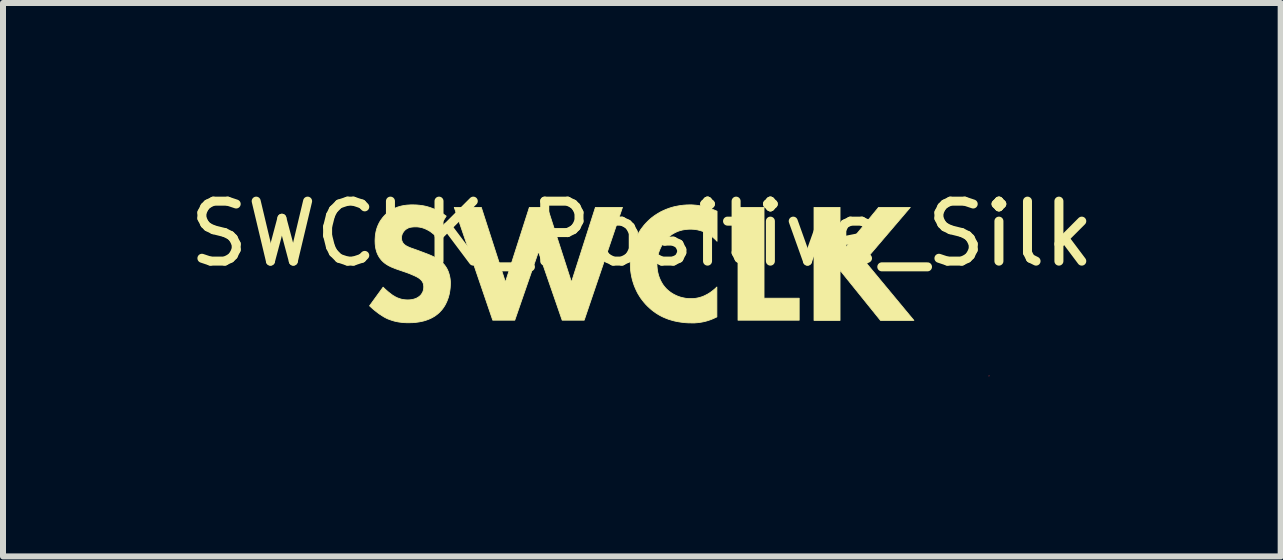
<source format=kicad_pcb>
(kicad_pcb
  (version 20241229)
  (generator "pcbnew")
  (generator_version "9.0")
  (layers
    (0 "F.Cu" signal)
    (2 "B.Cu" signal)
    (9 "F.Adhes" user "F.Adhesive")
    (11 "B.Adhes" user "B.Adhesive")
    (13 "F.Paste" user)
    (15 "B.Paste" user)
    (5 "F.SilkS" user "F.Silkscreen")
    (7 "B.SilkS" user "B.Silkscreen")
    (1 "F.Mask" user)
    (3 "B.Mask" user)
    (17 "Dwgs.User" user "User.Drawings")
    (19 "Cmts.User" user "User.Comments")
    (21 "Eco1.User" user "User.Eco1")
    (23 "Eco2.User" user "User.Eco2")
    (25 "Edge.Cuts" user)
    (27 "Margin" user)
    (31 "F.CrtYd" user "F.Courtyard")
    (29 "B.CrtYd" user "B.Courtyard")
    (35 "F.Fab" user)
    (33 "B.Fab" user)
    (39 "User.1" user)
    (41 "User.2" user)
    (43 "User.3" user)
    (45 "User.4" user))
  (footprint "SWCLK_Positive_Silk"
    (layer "F.Cu")
    (at 7.649 1.348)
    (property "Reference" "SWCLK_Positive_Silk" (at 0 -0.5 0) (unlocked yes) (layer "F.SilkS") (effects (font (size 1 1) (thickness 0.15))))
    (fp_poly (pts (xy 5.786 1.87) (xy 5.786 1.868) (xy 5.789 1.866)) (stroke (width 0.013) (type solid)) (fill yes) (layer "F.Cu"))
    (fp_poly (pts (xy 2.037 0.573) (xy 2.623 0.573) (xy 2.623 0.94) (xy 1.603 0.94) (xy 1.603 -0.941) (xy 2.037 -0.941)) (stroke (width 0.013) (type solid)) (fill yes) (layer "F.SilkS"))
    (fp_poly (pts (xy -2.274 0.305) (xy -1.875 -0.941) (xy -1.575 -0.941) (xy -1.173 0.305) (xy -0.774 -0.941) (xy -0.323 -0.941) (xy -0.961 0.94) (xy -1.328 0.94) (xy -1.723 -0.203) (xy -2.118 0.94) (xy -2.485 0.94) (xy -3.127 -0.941) (xy -2.676 -0.941)) (stroke (width 0.013) (type solid)) (fill yes) (layer "F.SilkS"))
    (fp_poly (pts (xy 3.304 -0.162) (xy 3.946 -0.941) (xy 4.475 -0.941) (xy 3.713 -0.048) (xy 4.535 0.943) (xy 3.978 0.943) (xy 3.304 0.107) (xy 3.304 0.943) (xy 2.87 0.943) (xy 2.87 -0.158) (xy 3.3 -0.158) (xy 3.304 -0.158) (xy 3.304 -0.162) (xy 3.3 -0.158) (xy 2.87 -0.158) (xy 2.87 -0.941) (xy 3.304 -0.941)) (stroke (width 0.013) (type solid)) (fill yes) (layer "F.SilkS"))
    (fp_poly (pts (xy 0.826 -0.983) (xy 0.85 -0.982) (xy 0.874 -0.98) (xy 0.899 -0.978) (xy 0.925 -0.975) (xy 0.951 -0.971) (xy 0.978 -0.966) (xy 1.006 -0.961) (xy 1.034 -0.954) (xy 1.063 -0.946) (xy 1.093 -0.938) (xy 1.123 -0.928) (xy 1.155 -0.917) (xy 1.187 -0.905) (xy 1.22 -0.892) (xy 1.254 -0.877) (xy 1.254 -0.376) (xy 1.236 -0.395) (xy 1.216 -0.414) (xy 1.195 -0.433) (xy 1.173 -0.451) (xy 1.15 -0.468) (xy 1.126 -0.485) (xy 1.1 -0.5) (xy 1.073 -0.515) (xy 1.045 -0.529) (xy 1.016 -0.541) (xy 0.985 -0.551) (xy 0.97 -0.556) (xy 0.953 -0.56) (xy 0.937 -0.564) (xy 0.92 -0.568) (xy 0.903 -0.57) (xy 0.886 -0.573) (xy 0.868 -0.575) (xy 0.85 -0.576) (xy 0.832 -0.577) (xy 0.813 -0.577) (xy 0.784 -0.577) (xy 0.755 -0.575) (xy 0.727 -0.572) (xy 0.7 -0.568) (xy 0.673 -0.563) (xy 0.648 -0.556) (xy 0.623 -0.549) (xy 0.598 -0.54) (xy 0.575 -0.53) (xy 0.552 -0.519) (xy 0.53 -0.507) (xy 0.508 -0.494) (xy 0.487 -0.479) (xy 0.467 -0.464) (xy 0.447 -0.447) (xy 0.429 -0.429) (xy 0.409 -0.409) (xy 0.391 -0.389) (xy 0.373 -0.367) (xy 0.356 -0.343) (xy 0.341 -0.319) (xy 0.326 -0.294) (xy 0.313 -0.268) (xy 0.301 -0.241) (xy 0.29 -0.213) (xy 0.28 -0.185) (xy 0.272 -0.155) (xy 0.265 -0.125) (xy 0.259 -0.093) (xy 0.255 -0.061) (xy 0.253 -0.029) (xy 0.252 0.005) (xy 0.253 0.04) (xy 0.256 0.075) (xy 0.26 0.108) (xy 0.266 0.14) (xy 0.273 0.17) (xy 0.281 0.199) (xy 0.291 0.227) (xy 0.302 0.254) (xy 0.313 0.279) (xy 0.326 0.303) (xy 0.339 0.326) (xy 0.353 0.348) (xy 0.368 0.368) (xy 0.383 0.387) (xy 0.399 0.405) (xy 0.414 0.421) (xy 0.423 0.429) (xy 0.434 0.439) (xy 0.447 0.45) (xy 0.462 0.462) (xy 0.48 0.475) (xy 0.499 0.488) (xy 0.522 0.502) (xy 0.546 0.515) (xy 0.559 0.521) (xy 0.572 0.528) (xy 0.587 0.534) (xy 0.601 0.54) (xy 0.616 0.545) (xy 0.632 0.551) (xy 0.649 0.556) (xy 0.665 0.56) (xy 0.683 0.565) (xy 0.701 0.568) (xy 0.719 0.572) (xy 0.738 0.575) (xy 0.758 0.577) (xy 0.778 0.578) (xy 0.799 0.579) (xy 0.82 0.58) (xy 0.842 0.579) (xy 0.864 0.578) (xy 0.888 0.576) (xy 0.912 0.572) (xy 0.937 0.567) (xy 0.962 0.561) (xy 0.989 0.553) (xy 1.016 0.544) (xy 1.043 0.532) (xy 1.071 0.518) (xy 1.1 0.503) (xy 1.129 0.485) (xy 1.159 0.464) (xy 1.189 0.441) (xy 1.22 0.415) (xy 1.251 0.386) (xy 1.251 0.885) (xy 1.223 0.898) (xy 1.193 0.912) (xy 1.164 0.924) (xy 1.135 0.935) (xy 1.107 0.944) (xy 1.079 0.953) (xy 1.052 0.96) (xy 1.026 0.966) (xy 1 0.971) (xy 0.975 0.975) (xy 0.951 0.979) (xy 0.927 0.981) (xy 0.881 0.985) (xy 0.838 0.985) (xy 0.774 0.984) (xy 0.713 0.98) (xy 0.655 0.973) (xy 0.599 0.964) (xy 0.545 0.953) (xy 0.494 0.939) (xy 0.444 0.924) (xy 0.398 0.906) (xy 0.353 0.887) (xy 0.311 0.866) (xy 0.271 0.843) (xy 0.233 0.819) (xy 0.197 0.793) (xy 0.163 0.767) (xy 0.131 0.739) (xy 0.1 0.71) (xy 0.069 0.679) (xy 0.039 0.645) (xy 0.011 0.61) (xy -0.017 0.573) (xy -0.042 0.534) (xy -0.067 0.493) (xy -0.089 0.45) (xy -0.109 0.406) (xy -0.128 0.36) (xy -0.144 0.312) (xy -0.159 0.263) (xy -0.17 0.213) (xy -0.18 0.161) (xy -0.187 0.108) (xy -0.191 0.053) (xy -0.192 -0.002) (xy -0.191 -0.058) (xy -0.187 -0.112) (xy -0.18 -0.165) (xy -0.17 -0.216) (xy -0.159 -0.266) (xy -0.144 -0.315) (xy -0.128 -0.362) (xy -0.109 -0.407) (xy -0.089 -0.451) (xy -0.067 -0.493) (xy -0.042 -0.534) (xy -0.017 -0.573) (xy 0.011 -0.61) (xy 0.039 -0.646) (xy 0.069 -0.679) (xy 0.1 -0.711) (xy 0.132 -0.741) (xy 0.166 -0.77) (xy 0.202 -0.797) (xy 0.239 -0.822) (xy 0.278 -0.846) (xy 0.318 -0.869) (xy 0.36 -0.889) (xy 0.404 -0.908) (xy 0.449 -0.925) (xy 0.495 -0.94) (xy 0.543 -0.953) (xy 0.593 -0.963) (xy 0.643 -0.972) (xy 0.695 -0.978) (xy 0.748 -0.982) (xy 0.803 -0.983)) (stroke (width 0.013) (type solid)) (fill yes) (layer "F.SilkS"))
    (fp_poly (pts (xy -3.766 -0.982) (xy -3.738 -0.98) (xy -3.707 -0.977) (xy -3.676 -0.973) (xy -3.643 -0.968) (xy -3.609 -0.961) (xy -3.573 -0.952) (xy -3.537 -0.941) (xy -3.5 -0.928) (xy -3.461 -0.913) (xy -3.422 -0.895) (xy -3.383 -0.875) (xy -3.343 -0.852) (xy -3.302 -0.825) (xy -3.261 -0.796) (xy -3.455 -0.479) (xy -3.455 -0.482) (xy -3.482 -0.504) (xy -3.507 -0.524) (xy -3.532 -0.542) (xy -3.557 -0.557) (xy -3.58 -0.569) (xy -3.603 -0.58) (xy -3.625 -0.589) (xy -3.646 -0.597) (xy -3.666 -0.603) (xy -3.685 -0.607) (xy -3.703 -0.611) (xy -3.719 -0.613) (xy -3.735 -0.615) (xy -3.749 -0.616) (xy -3.773 -0.616) (xy -3.796 -0.616) (xy -3.808 -0.615) (xy -3.82 -0.614) (xy -3.832 -0.613) (xy -3.844 -0.611) (xy -3.857 -0.609) (xy -3.869 -0.606) (xy -3.881 -0.602) (xy -3.893 -0.598) (xy -3.904 -0.592) (xy -3.915 -0.586) (xy -3.926 -0.579) (xy -3.937 -0.572) (xy -3.942 -0.567) (xy -3.947 -0.563) (xy -3.952 -0.558) (xy -3.956 -0.553) (xy -3.962 -0.547) (xy -3.967 -0.541) (xy -3.971 -0.535) (xy -3.976 -0.529) (xy -3.98 -0.522) (xy -3.984 -0.515) (xy -3.988 -0.508) (xy -3.992 -0.501) (xy -3.995 -0.493) (xy -3.998 -0.485) (xy -4 -0.477) (xy -4.002 -0.468) (xy -4.004 -0.46) (xy -4.005 -0.451) (xy -4.006 -0.442) (xy -4.006 -0.433) (xy -4.006 -0.424) (xy -4.005 -0.416) (xy -4.004 -0.408) (xy -4.003 -0.401) (xy -4.002 -0.393) (xy -4 -0.386) (xy -3.998 -0.38) (xy -3.995 -0.373) (xy -3.992 -0.367) (xy -3.989 -0.361) (xy -3.986 -0.355) (xy -3.982 -0.349) (xy -3.978 -0.343) (xy -3.973 -0.338) (xy -3.969 -0.332) (xy -3.963 -0.327) (xy -3.955 -0.319) (xy -3.945 -0.312) (xy -3.936 -0.305) (xy -3.925 -0.299) (xy -3.914 -0.293) (xy -3.902 -0.287) (xy -3.889 -0.281) (xy -3.876 -0.275) (xy -3.861 -0.269) (xy -3.846 -0.263) (xy -3.811 -0.251) (xy -3.727 -0.221) (xy -3.586 -0.168) (xy -3.555 -0.156) (xy -3.522 -0.142) (xy -3.488 -0.127) (xy -3.472 -0.119) (xy -3.455 -0.11) (xy -3.438 -0.101) (xy -3.421 -0.092) (xy -3.405 -0.082) (xy -3.389 -0.071) (xy -3.373 -0.06) (xy -3.358 -0.049) (xy -3.343 -0.036) (xy -3.329 -0.023) (xy -3.309 -0.003) (xy -3.291 0.017) (xy -3.275 0.039) (xy -3.261 0.06) (xy -3.248 0.082) (xy -3.237 0.105) (xy -3.227 0.127) (xy -3.219 0.15) (xy -3.212 0.173) (xy -3.206 0.195) (xy -3.201 0.218) (xy -3.197 0.24) (xy -3.194 0.262) (xy -3.192 0.284) (xy -3.191 0.305) (xy -3.191 0.326) (xy -3.192 0.362) (xy -3.194 0.397) (xy -3.198 0.432) (xy -3.203 0.466) (xy -3.209 0.499) (xy -3.217 0.531) (xy -3.226 0.563) (xy -3.237 0.593) (xy -3.248 0.622) (xy -3.261 0.65) (xy -3.274 0.677) (xy -3.289 0.703) (xy -3.305 0.727) (xy -3.321 0.75) (xy -3.339 0.772) (xy -3.357 0.791) (xy -3.372 0.808) (xy -3.389 0.823) (xy -3.405 0.837) (xy -3.422 0.85) (xy -3.439 0.863) (xy -3.457 0.875) (xy -3.493 0.896) (xy -3.529 0.914) (xy -3.566 0.929) (xy -3.602 0.942) (xy -3.639 0.953) (xy -3.675 0.961) (xy -3.71 0.968) (xy -3.745 0.973) (xy -3.777 0.977) (xy -3.809 0.98) (xy -3.838 0.981) (xy -3.889 0.982) (xy -3.914 0.982) (xy -3.939 0.981) (xy -3.963 0.98) (xy -3.988 0.978) (xy -4.011 0.975) (xy -4.035 0.972) (xy -4.058 0.969) (xy -4.082 0.964) (xy -4.105 0.959) (xy -4.128 0.954) (xy -4.15 0.947) (xy -4.173 0.94) (xy -4.196 0.932) (xy -4.218 0.924) (xy -4.241 0.915) (xy -4.263 0.904) (xy -4.281 0.895) (xy -4.3 0.884) (xy -4.318 0.873) (xy -4.337 0.861) (xy -4.355 0.849) (xy -4.374 0.837) (xy -4.41 0.81) (xy -4.446 0.782) (xy -4.479 0.755) (xy -4.51 0.727) (xy -4.539 0.7) (xy -4.313 0.389) (xy -4.293 0.408) (xy -4.272 0.428) (xy -4.249 0.448) (xy -4.226 0.468) (xy -4.202 0.487) (xy -4.179 0.505) (xy -4.168 0.513) (xy -4.157 0.521) (xy -4.147 0.528) (xy -4.136 0.534) (xy -4.122 0.542) (xy -4.109 0.55) (xy -4.095 0.557) (xy -4.081 0.564) (xy -4.066 0.57) (xy -4.052 0.575) (xy -4.038 0.58) (xy -4.023 0.585) (xy -4.009 0.589) (xy -3.994 0.592) (xy -3.979 0.595) (xy -3.964 0.597) (xy -3.948 0.599) (xy -3.932 0.6) (xy -3.916 0.601) (xy -3.9 0.601) (xy -3.889 0.601) (xy -3.878 0.6) (xy -3.866 0.6) (xy -3.854 0.598) (xy -3.842 0.597) (xy -3.829 0.595) (xy -3.817 0.592) (xy -3.804 0.589) (xy -3.791 0.585) (xy -3.778 0.581) (xy -3.765 0.576) (xy -3.752 0.57) (xy -3.739 0.563) (xy -3.727 0.555) (xy -3.715 0.547) (xy -3.702 0.537) (xy -3.696 0.531) (xy -3.689 0.525) (xy -3.683 0.518) (xy -3.677 0.51) (xy -3.671 0.502) (xy -3.666 0.494) (xy -3.661 0.485) (xy -3.656 0.476) (xy -3.651 0.467) (xy -3.647 0.456) (xy -3.644 0.446) (xy -3.642 0.44) (xy -3.641 0.435) (xy -3.64 0.429) (xy -3.639 0.423) (xy -3.638 0.417) (xy -3.637 0.411) (xy -3.636 0.405) (xy -3.636 0.399) (xy -3.636 0.392) (xy -3.635 0.386) (xy -3.636 0.374) (xy -3.637 0.363) (xy -3.638 0.353) (xy -3.64 0.343) (xy -3.642 0.333) (xy -3.645 0.324) (xy -3.649 0.315) (xy -3.653 0.307) (xy -3.657 0.299) (xy -3.662 0.291) (xy -3.667 0.284) (xy -3.673 0.277) (xy -3.679 0.27) (xy -3.685 0.264) (xy -3.692 0.258) (xy -3.699 0.252) (xy -3.709 0.244) (xy -3.72 0.236) (xy -3.733 0.228) (xy -3.746 0.22) (xy -3.761 0.213) (xy -3.776 0.205) (xy -3.807 0.191) (xy -3.838 0.178) (xy -3.868 0.165) (xy -3.918 0.146) (xy -4.073 0.093) (xy -4.107 0.081) (xy -4.141 0.067) (xy -4.176 0.053) (xy -4.193 0.045) (xy -4.21 0.036) (xy -4.227 0.027) (xy -4.244 0.017) (xy -4.26 0.007) (xy -4.276 -0.004) (xy -4.291 -0.015) (xy -4.306 -0.028) (xy -4.32 -0.041) (xy -4.334 -0.055) (xy -4.351 -0.075) (xy -4.367 -0.096) (xy -4.381 -0.117) (xy -4.393 -0.138) (xy -4.404 -0.16) (xy -4.413 -0.181) (xy -4.421 -0.203) (xy -4.427 -0.225) (xy -4.433 -0.246) (xy -4.437 -0.267) (xy -4.441 -0.288) (xy -4.443 -0.308) (xy -4.445 -0.328) (xy -4.446 -0.347) (xy -4.447 -0.383) (xy -4.446 -0.415) (xy -4.444 -0.445) (xy -4.442 -0.476) (xy -4.437 -0.505) (xy -4.432 -0.534) (xy -4.425 -0.562) (xy -4.417 -0.59) (xy -4.408 -0.617) (xy -4.397 -0.643) (xy -4.385 -0.669) (xy -4.372 -0.694) (xy -4.358 -0.718) (xy -4.341 -0.742) (xy -4.324 -0.765) (xy -4.305 -0.788) (xy -4.285 -0.81) (xy -4.259 -0.834) (xy -4.233 -0.856) (xy -4.207 -0.876) (xy -4.18 -0.894) (xy -4.153 -0.91) (xy -4.125 -0.924) (xy -4.096 -0.936) (xy -4.068 -0.947) (xy -4.038 -0.956) (xy -4.008 -0.964) (xy -3.978 -0.97) (xy -3.947 -0.975) (xy -3.916 -0.979) (xy -3.884 -0.981) (xy -3.852 -0.983) (xy -3.819 -0.983)) (stroke (width 0.013) (type solid)) (fill yes) (layer "F.SilkS")))
  (gr_rect
    (start -3 -3)
    (end 18.298 6.225)
    (stroke (width 0.1) (type default))
    (fill no)
    (layer "Edge.Cuts")))
</source>
